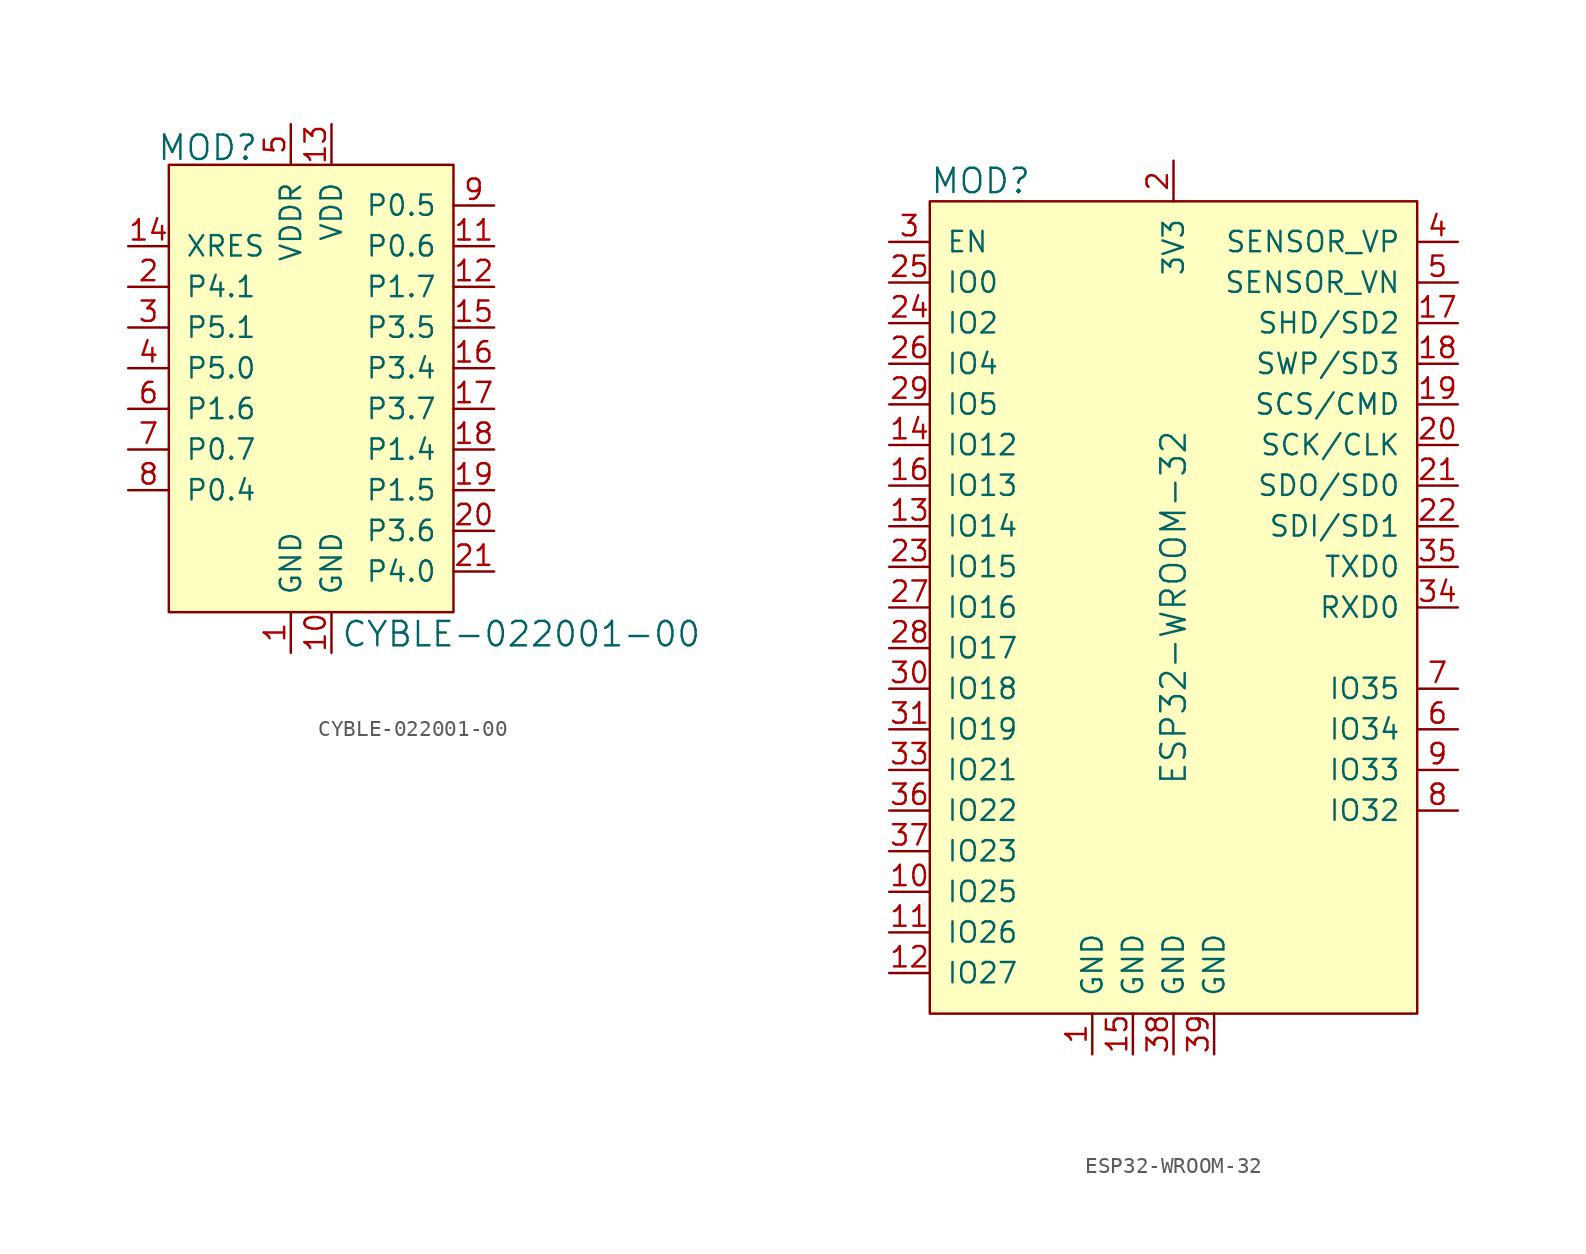
<source format=kicad_sym>
(kicad_symbol_lib
  (version 20211014)
  (generator kicad_symbol_editor)
  (symbol "CYBLE-022001-00"
    (pin_names
      (offset 1.016))
    (property "Reference" "MOD"
      (at -4.547 8.687 0)
      (effects (font (size 1.524 1.524)) (justify right)))
    (property "Value" "CYBLE-022001-00"
      (at 0.584 -21.692 0)
      (effects (font (size 1.524 1.524)) (justify left)))
    (symbol "CYBLE-022001-00_0_1"
      (rectangle (start -10.16 7.62) (end 7.62 -20.32) (stroke (width 0) (type default) (color 0 0 0 0)) (fill (type background))))
    (symbol "CYBLE-022001-00_1_1"
      (pin power_in line (at -2.54 -22.86 90) (length 2.54) (name "GND" (effects (font (size 1.27 1.27)))) (number "1" (effects (font (size 1.27 1.27)))))
      (pin power_in line (at 0 -22.86 90) (length 2.54) (name "GND" (effects (font (size 1.27 1.27)))) (number "10" (effects (font (size 1.27 1.27)))))
      (pin bidirectional line (at 10.16 2.54 180) (length 2.54) (name "P0.6" (effects (font (size 1.27 1.27)))) (number "11" (effects (font (size 1.27 1.27)))))
      (pin bidirectional line (at 10.16 0 180) (length 2.54) (name "P1.7" (effects (font (size 1.27 1.27)))) (number "12" (effects (font (size 1.27 1.27)))))
      (pin power_in line (at 0 10.16 270) (length 2.54) (name "VDD" (effects (font (size 1.27 1.27)))) (number "13" (effects (font (size 1.27 1.27)))))
      (pin input line (at -12.7 2.54 0) (length 2.54) (name "XRES" (effects (font (size 1.27 1.27)))) (number "14" (effects (font (size 1.27 1.27)))))
      (pin bidirectional line (at 10.16 -2.54 180) (length 2.54) (name "P3.5" (effects (font (size 1.27 1.27)))) (number "15" (effects (font (size 1.27 1.27)))))
      (pin bidirectional line (at 10.16 -5.08 180) (length 2.54) (name "P3.4" (effects (font (size 1.27 1.27)))) (number "16" (effects (font (size 1.27 1.27)))))
      (pin bidirectional line (at 10.16 -7.62 180) (length 2.54) (name "P3.7" (effects (font (size 1.27 1.27)))) (number "17" (effects (font (size 1.27 1.27)))))
      (pin bidirectional line (at 10.16 -10.16 180) (length 2.54) (name "P1.4" (effects (font (size 1.27 1.27)))) (number "18" (effects (font (size 1.27 1.27)))))
      (pin bidirectional line (at 10.16 -12.7 180) (length 2.54) (name "P1.5" (effects (font (size 1.27 1.27)))) (number "19" (effects (font (size 1.27 1.27)))))
      (pin bidirectional line (at -12.7 0 0) (length 2.54) (name "P4.1" (effects (font (size 1.27 1.27)))) (number "2" (effects (font (size 1.27 1.27)))))
      (pin bidirectional line (at 10.16 -15.24 180) (length 2.54) (name "P3.6" (effects (font (size 1.27 1.27)))) (number "20" (effects (font (size 1.27 1.27)))))
      (pin bidirectional line (at 10.16 -17.78 180) (length 2.54) (name "P4.0" (effects (font (size 1.27 1.27)))) (number "21" (effects (font (size 1.27 1.27)))))
      (pin bidirectional line (at -12.7 -2.54 0) (length 2.54) (name "P5.1" (effects (font (size 1.27 1.27)))) (number "3" (effects (font (size 1.27 1.27)))))
      (pin bidirectional line (at -12.7 -5.08 0) (length 2.54) (name "P5.0" (effects (font (size 1.27 1.27)))) (number "4" (effects (font (size 1.27 1.27)))))
      (pin power_in line (at -2.54 10.16 270) (length 2.54) (name "VDDR" (effects (font (size 1.27 1.27)))) (number "5" (effects (font (size 1.27 1.27)))))
      (pin bidirectional line (at -12.7 -7.62 0) (length 2.54) (name "P1.6" (effects (font (size 1.27 1.27)))) (number "6" (effects (font (size 1.27 1.27)))))
      (pin bidirectional line (at -12.7 -10.16 0) (length 2.54) (name "P0.7" (effects (font (size 1.27 1.27)))) (number "7" (effects (font (size 1.27 1.27)))))
      (pin bidirectional line (at -12.7 -12.7 0) (length 2.54) (name "P0.4" (effects (font (size 1.27 1.27)))) (number "8" (effects (font (size 1.27 1.27)))))
      (pin bidirectional line (at 10.16 5.08 180) (length 2.54) (name "P0.5" (effects (font (size 1.27 1.27)))) (number "9" (effects (font (size 1.27 1.27)))))))
  (symbol "ESP32-WROOM-32"
    (pin_names
      (offset 1.016))
    (property "Reference" "MOD"
      (at -10.16 1.27 0)
      (effects (font (size 1.524 1.524)) (justify left)))
    (property "Value" "ESP32-WROOM-32"
      (at 5.08 -25.4 90)
      (effects (font (size 1.524 1.524))))
    (symbol "ESP32-WROOM-32_0_1"
      (rectangle (start -10.16 0) (end 20.32 -50.8) (stroke (width 0) (type default) (color 0 0 0 0)) (fill (type background))))
    (symbol "ESP32-WROOM-32_1_1"
      (pin power_in line (at 0 -53.34 90) (length 2.54) (name "GND" (effects (font (size 1.27 1.27)))) (number "1" (effects (font (size 1.27 1.27)))))
      (pin bidirectional line (at -12.7 -43.18 0) (length 2.54) (name "IO25" (effects (font (size 1.27 1.27)))) (number "10" (effects (font (size 1.27 1.27)))))
      (pin bidirectional line (at -12.7 -45.72 0) (length 2.54) (name "IO26" (effects (font (size 1.27 1.27)))) (number "11" (effects (font (size 1.27 1.27)))))
      (pin bidirectional line (at -12.7 -48.26 0) (length 2.54) (name "IO27" (effects (font (size 1.27 1.27)))) (number "12" (effects (font (size 1.27 1.27)))))
      (pin bidirectional line (at -12.7 -20.32 0) (length 2.54) (name "IO14" (effects (font (size 1.27 1.27)))) (number "13" (effects (font (size 1.27 1.27)))))
      (pin bidirectional line (at -12.7 -15.24 0) (length 2.54) (name "IO12" (effects (font (size 1.27 1.27)))) (number "14" (effects (font (size 1.27 1.27)))))
      (pin power_in line (at 2.54 -53.34 90) (length 2.54) (name "GND" (effects (font (size 1.27 1.27)))) (number "15" (effects (font (size 1.27 1.27)))))
      (pin bidirectional line (at -12.7 -17.78 0) (length 2.54) (name "IO13" (effects (font (size 1.27 1.27)))) (number "16" (effects (font (size 1.27 1.27)))))
      (pin bidirectional line (at 22.86 -7.62 180) (length 2.54) (name "SHD/SD2" (effects (font (size 1.27 1.27)))) (number "17" (effects (font (size 1.27 1.27)))))
      (pin bidirectional line (at 22.86 -10.16 180) (length 2.54) (name "SWP/SD3" (effects (font (size 1.27 1.27)))) (number "18" (effects (font (size 1.27 1.27)))))
      (pin bidirectional line (at 22.86 -12.7 180) (length 2.54) (name "SCS/CMD" (effects (font (size 1.27 1.27)))) (number "19" (effects (font (size 1.27 1.27)))))
      (pin power_in line (at 5.08 2.54 270) (length 2.54) (name "3V3" (effects (font (size 1.27 1.27)))) (number "2" (effects (font (size 1.27 1.27)))))
      (pin bidirectional line (at 22.86 -15.24 180) (length 2.54) (name "SCK/CLK" (effects (font (size 1.27 1.27)))) (number "20" (effects (font (size 1.27 1.27)))))
      (pin bidirectional line (at 22.86 -17.78 180) (length 2.54) (name "SDO/SD0" (effects (font (size 1.27 1.27)))) (number "21" (effects (font (size 1.27 1.27)))))
      (pin bidirectional line (at 22.86 -20.32 180) (length 2.54) (name "SDI/SD1" (effects (font (size 1.27 1.27)))) (number "22" (effects (font (size 1.27 1.27)))))
      (pin bidirectional line (at -12.7 -22.86 0) (length 2.54) (name "IO15" (effects (font (size 1.27 1.27)))) (number "23" (effects (font (size 1.27 1.27)))))
      (pin bidirectional line (at -12.7 -7.62 0) (length 2.54) (name "IO2" (effects (font (size 1.27 1.27)))) (number "24" (effects (font (size 1.27 1.27)))))
      (pin bidirectional line (at -12.7 -5.08 0) (length 2.54) (name "IO0" (effects (font (size 1.27 1.27)))) (number "25" (effects (font (size 1.27 1.27)))))
      (pin bidirectional line (at -12.7 -10.16 0) (length 2.54) (name "IO4" (effects (font (size 1.27 1.27)))) (number "26" (effects (font (size 1.27 1.27)))))
      (pin bidirectional line (at -12.7 -25.4 0) (length 2.54) (name "IO16" (effects (font (size 1.27 1.27)))) (number "27" (effects (font (size 1.27 1.27)))))
      (pin bidirectional line (at -12.7 -27.94 0) (length 2.54) (name "IO17" (effects (font (size 1.27 1.27)))) (number "28" (effects (font (size 1.27 1.27)))))
      (pin bidirectional line (at -12.7 -12.7 0) (length 2.54) (name "IO5" (effects (font (size 1.27 1.27)))) (number "29" (effects (font (size 1.27 1.27)))))
      (pin input line (at -12.7 -2.54 0) (length 2.54) (name "EN" (effects (font (size 1.27 1.27)))) (number "3" (effects (font (size 1.27 1.27)))))
      (pin bidirectional line (at -12.7 -30.48 0) (length 2.54) (name "IO18" (effects (font (size 1.27 1.27)))) (number "30" (effects (font (size 1.27 1.27)))))
      (pin bidirectional line (at -12.7 -33.02 0) (length 2.54) (name "IO19" (effects (font (size 1.27 1.27)))) (number "31" (effects (font (size 1.27 1.27)))))
      (pin no_connect line (at 20.32 -43.18 180) (length 2.54) hide (name "NC" (effects (font (size 1.27 1.27)))) (number "32" (effects (font (size 1.27 1.27)))))
      (pin bidirectional line (at -12.7 -35.56 0) (length 2.54) (name "IO21" (effects (font (size 1.27 1.27)))) (number "33" (effects (font (size 1.27 1.27)))))
      (pin bidirectional line (at 22.86 -25.4 180) (length 2.54) (name "RXD0" (effects (font (size 1.27 1.27)))) (number "34" (effects (font (size 1.27 1.27)))))
      (pin bidirectional line (at 22.86 -22.86 180) (length 2.54) (name "TXD0" (effects (font (size 1.27 1.27)))) (number "35" (effects (font (size 1.27 1.27)))))
      (pin bidirectional line (at -12.7 -38.1 0) (length 2.54) (name "IO22" (effects (font (size 1.27 1.27)))) (number "36" (effects (font (size 1.27 1.27)))))
      (pin bidirectional line (at -12.7 -40.64 0) (length 2.54) (name "IO23" (effects (font (size 1.27 1.27)))) (number "37" (effects (font (size 1.27 1.27)))))
      (pin power_in line (at 5.08 -53.34 90) (length 2.54) (name "GND" (effects (font (size 1.27 1.27)))) (number "38" (effects (font (size 1.27 1.27)))))
      (pin power_in line (at 7.62 -53.34 90) (length 2.54) (name "GND" (effects (font (size 1.27 1.27)))) (number "39" (effects (font (size 1.27 1.27)))))
      (pin input line (at 22.86 -2.54 180) (length 2.54) (name "SENSOR_VP" (effects (font (size 1.27 1.27)))) (number "4" (effects (font (size 1.27 1.27)))))
      (pin input line (at 22.86 -5.08 180) (length 2.54) (name "SENSOR_VN" (effects (font (size 1.27 1.27)))) (number "5" (effects (font (size 1.27 1.27)))))
      (pin bidirectional line (at 22.86 -33.02 180) (length 2.54) (name "IO34" (effects (font (size 1.27 1.27)))) (number "6" (effects (font (size 1.27 1.27)))))
      (pin bidirectional line (at 22.86 -30.48 180) (length 2.54) (name "IO35" (effects (font (size 1.27 1.27)))) (number "7" (effects (font (size 1.27 1.27)))))
      (pin bidirectional line (at 22.86 -38.1 180) (length 2.54) (name "IO32" (effects (font (size 1.27 1.27)))) (number "8" (effects (font (size 1.27 1.27)))))
      (pin bidirectional line (at 22.86 -35.56 180) (length 2.54) (name "IO33" (effects (font (size 1.27 1.27)))) (number "9" (effects (font (size 1.27 1.27))))))))
</source>
